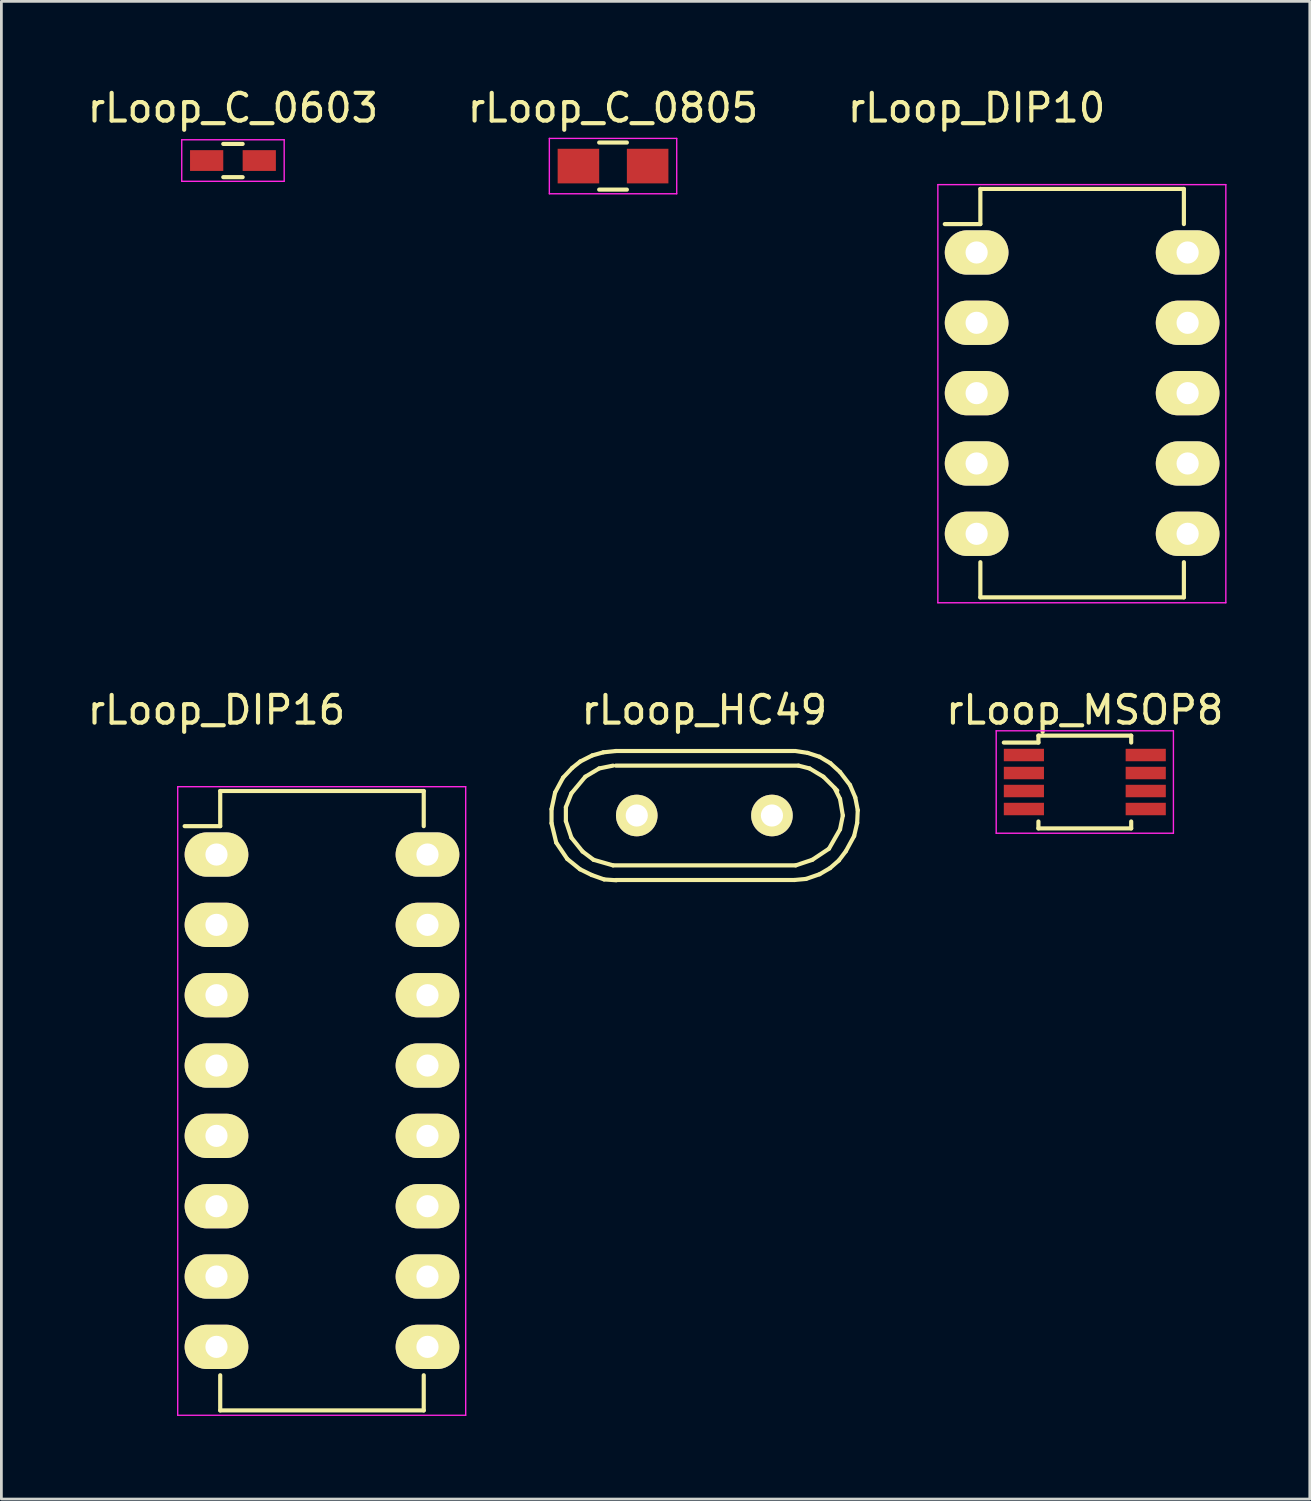
<source format=kicad_pcb>
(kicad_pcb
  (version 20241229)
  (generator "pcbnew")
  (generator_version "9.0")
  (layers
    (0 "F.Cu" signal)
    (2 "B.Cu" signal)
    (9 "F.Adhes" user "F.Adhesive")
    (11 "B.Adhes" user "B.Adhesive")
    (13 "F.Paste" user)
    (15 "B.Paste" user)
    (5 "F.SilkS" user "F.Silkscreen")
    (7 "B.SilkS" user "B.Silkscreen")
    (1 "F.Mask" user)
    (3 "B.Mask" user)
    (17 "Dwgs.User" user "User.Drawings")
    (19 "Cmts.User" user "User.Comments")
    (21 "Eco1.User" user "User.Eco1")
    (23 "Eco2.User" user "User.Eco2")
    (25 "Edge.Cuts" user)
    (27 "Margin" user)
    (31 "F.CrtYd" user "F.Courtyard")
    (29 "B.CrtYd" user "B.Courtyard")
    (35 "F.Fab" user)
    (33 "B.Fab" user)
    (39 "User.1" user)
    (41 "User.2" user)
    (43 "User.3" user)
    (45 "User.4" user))
  (footprint "rLoop_C_0603"
    (layer "F.Cu")
    (at 5.363 2.748)
    (property "Reference" "rLoop_C_0603" (at 0 -1.9 0) (layer "F.SilkS") (effects (font (size 1 1) (thickness 0.15))))
    (attr smd)
    (fp_line (start -0.35 -0.6) (end 0.35 -0.6) (stroke (width 0.15) (type solid)) (layer "F.SilkS"))
    (fp_line (start 0.35 0.6) (end -0.35 0.6) (stroke (width 0.15) (type solid)) (layer "F.SilkS"))
    (fp_line (start -1.85 -0.75) (end -1.85 0.75) (stroke (width 0.05) (type solid)) (layer "F.CrtYd"))
    (fp_line (start -1.85 -0.75) (end 1.85 -0.75) (stroke (width 0.05) (type solid)) (layer "F.CrtYd"))
    (fp_line (start -1.85 0.75) (end 1.85 0.75) (stroke (width 0.05) (type solid)) (layer "F.CrtYd"))
    (fp_line (start 1.85 -0.75) (end 1.85 0.75) (stroke (width 0.05) (type solid)) (layer "F.CrtYd"))
    (pad "1" smd rect (at -0.95 0) (size 1.2 0.75) (layers "F.Cu" "F.Mask" "F.Paste"))
    (pad "2" smd rect (at 0.95 0) (size 1.2 0.75) (layers "F.Cu" "F.Mask" "F.Paste")))
  (footprint "rLoop_DIP16"
    (layer "F.Cu")
    (at 4.768 27.811)
    (property "Reference" "rLoop_DIP16" (at 0 -5.22 0) (layer "F.SilkS") (effects (font (size 1 1) (thickness 0.15))))
    (attr through_hole)
    (fp_line (start 0.135 -2.295) (end 0.135 -1.025) (stroke (width 0.15) (type solid)) (layer "F.SilkS"))
    (fp_line (start 0.135 -2.295) (end 7.485 -2.295) (stroke (width 0.15) (type solid)) (layer "F.SilkS"))
    (fp_line (start 0.135 -1.025) (end -1.15 -1.025) (stroke (width 0.15) (type solid)) (layer "F.SilkS"))
    (fp_line (start 0.135 20.075) (end 0.135 18.805) (stroke (width 0.15) (type solid)) (layer "F.SilkS"))
    (fp_line (start 0.135 20.075) (end 7.485 20.075) (stroke (width 0.15) (type solid)) (layer "F.SilkS"))
    (fp_line (start 7.485 -2.295) (end 7.485 -1.025) (stroke (width 0.15) (type solid)) (layer "F.SilkS"))
    (fp_line (start 7.485 20.075) (end 7.485 18.805) (stroke (width 0.15) (type solid)) (layer "F.SilkS"))
    (fp_line (start -1.4 -2.45) (end -1.4 20.25) (stroke (width 0.05) (type solid)) (layer "F.CrtYd"))
    (fp_line (start -1.4 -2.45) (end 9 -2.45) (stroke (width 0.05) (type solid)) (layer "F.CrtYd"))
    (fp_line (start -1.4 20.25) (end 9 20.25) (stroke (width 0.05) (type solid)) (layer "F.CrtYd"))
    (fp_line (start 9 -2.45) (end 9 20.25) (stroke (width 0.05) (type solid)) (layer "F.CrtYd"))
    (pad "1" thru_hole oval (at 0 0) (size 2.3 1.6) (drill 0.8) (layers "*.Cu" "*.Mask" "F.SilkS"))
    (pad "2" thru_hole oval (at 0 2.54) (size 2.3 1.6) (drill 0.8) (layers "*.Cu" "*.Mask" "F.SilkS"))
    (pad "3" thru_hole oval (at 0 5.08) (size 2.3 1.6) (drill 0.8) (layers "*.Cu" "*.Mask" "F.SilkS"))
    (pad "4" thru_hole oval (at 0 7.62) (size 2.3 1.6) (drill 0.8) (layers "*.Cu" "*.Mask" "F.SilkS"))
    (pad "5" thru_hole oval (at 0 10.16) (size 2.3 1.6) (drill 0.8) (layers "*.Cu" "*.Mask" "F.SilkS"))
    (pad "6" thru_hole oval (at 0 12.7) (size 2.3 1.6) (drill 0.8) (layers "*.Cu" "*.Mask" "F.SilkS"))
    (pad "7" thru_hole oval (at 0 15.24) (size 2.3 1.6) (drill 0.8) (layers "*.Cu" "*.Mask" "F.SilkS"))
    (pad "8" thru_hole oval (at 0 17.78) (size 2.3 1.6) (drill 0.8) (layers "*.Cu" "*.Mask" "F.SilkS"))
    (pad "9" thru_hole oval (at 7.62 17.78) (size 2.3 1.6) (drill 0.8) (layers "*.Cu" "*.Mask" "F.SilkS"))
    (pad "10" thru_hole oval (at 7.62 15.24) (size 2.3 1.6) (drill 0.8) (layers "*.Cu" "*.Mask" "F.SilkS"))
    (pad "11" thru_hole oval (at 7.62 12.7) (size 2.3 1.6) (drill 0.8) (layers "*.Cu" "*.Mask" "F.SilkS"))
    (pad "12" thru_hole oval (at 7.62 10.16) (size 2.3 1.6) (drill 0.8) (layers "*.Cu" "*.Mask" "F.SilkS"))
    (pad "13" thru_hole oval (at 7.62 7.62) (size 2.3 1.6) (drill 0.8) (layers "*.Cu" "*.Mask" "F.SilkS"))
    (pad "14" thru_hole oval (at 7.62 5.08) (size 2.3 1.6) (drill 0.8) (layers "*.Cu" "*.Mask" "F.SilkS"))
    (pad "15" thru_hole oval (at 7.62 2.54) (size 2.3 1.6) (drill 0.8) (layers "*.Cu" "*.Mask" "F.SilkS"))
    (pad "16" thru_hole oval (at 7.62 0) (size 2.3 1.6) (drill 0.8) (layers "*.Cu" "*.Mask" "F.SilkS")))
  (footprint "rLoop_DIP10"
    (layer "F.Cu")
    (at 32.22 6.068)
    (property "Reference" "rLoop_DIP10" (at 0 -5.22 0) (layer "F.SilkS") (effects (font (size 1 1) (thickness 0.15))))
    (attr through_hole)
    (fp_line (start 0.135 -2.295) (end 0.135 -1.025) (stroke (width 0.15) (type solid)) (layer "F.SilkS"))
    (fp_line (start 0.135 -2.295) (end 7.485 -2.295) (stroke (width 0.15) (type solid)) (layer "F.SilkS"))
    (fp_line (start 0.135 -1.025) (end -1.15 -1.025) (stroke (width 0.15) (type solid)) (layer "F.SilkS"))
    (fp_line (start 0.135 12.455) (end 0.135 11.185) (stroke (width 0.15) (type solid)) (layer "F.SilkS"))
    (fp_line (start 0.135 12.455) (end 7.485 12.455) (stroke (width 0.15) (type solid)) (layer "F.SilkS"))
    (fp_line (start 7.485 -2.295) (end 7.485 -1.025) (stroke (width 0.15) (type solid)) (layer "F.SilkS"))
    (fp_line (start 7.485 12.455) (end 7.485 11.185) (stroke (width 0.15) (type solid)) (layer "F.SilkS"))
    (fp_line (start -1.4 -2.45) (end -1.4 12.65) (stroke (width 0.05) (type solid)) (layer "F.CrtYd"))
    (fp_line (start -1.4 -2.45) (end 9 -2.45) (stroke (width 0.05) (type solid)) (layer "F.CrtYd"))
    (fp_line (start -1.4 12.65) (end 9 12.65) (stroke (width 0.05) (type solid)) (layer "F.CrtYd"))
    (fp_line (start 9 -2.45) (end 9 12.65) (stroke (width 0.05) (type solid)) (layer "F.CrtYd"))
    (pad "1" thru_hole oval (at 0 0) (size 2.3 1.6) (drill 0.8) (layers "*.Cu" "*.Mask" "F.SilkS"))
    (pad "2" thru_hole oval (at 0 2.54) (size 2.3 1.6) (drill 0.8) (layers "*.Cu" "*.Mask" "F.SilkS"))
    (pad "3" thru_hole oval (at 0 5.08) (size 2.3 1.6) (drill 0.8) (layers "*.Cu" "*.Mask" "F.SilkS"))
    (pad "4" thru_hole oval (at 0 7.62) (size 2.3 1.6) (drill 0.8) (layers "*.Cu" "*.Mask" "F.SilkS"))
    (pad "5" thru_hole oval (at 0 10.16) (size 2.3 1.6) (drill 0.8) (layers "*.Cu" "*.Mask" "F.SilkS"))
    (pad "6" thru_hole oval (at 7.62 10.16) (size 2.3 1.6) (drill 0.8) (layers "*.Cu" "*.Mask" "F.SilkS"))
    (pad "7" thru_hole oval (at 7.62 7.62) (size 2.3 1.6) (drill 0.8) (layers "*.Cu" "*.Mask" "F.SilkS"))
    (pad "8" thru_hole oval (at 7.62 5.08) (size 2.3 1.6) (drill 0.8) (layers "*.Cu" "*.Mask" "F.SilkS"))
    (pad "9" thru_hole oval (at 7.62 2.54) (size 2.3 1.6) (drill 0.8) (layers "*.Cu" "*.Mask" "F.SilkS"))
    (pad "10" thru_hole oval (at 7.62 0) (size 2.3 1.6) (drill 0.8) (layers "*.Cu" "*.Mask" "F.SilkS")))
  (footprint "rLoop_HC49"
    (layer "F.Cu")
    (at 22.387 26.401)
    (property "Reference" "rLoop_HC49" (at 0 -3.81 0) (layer "F.SilkS") (effects (font (size 1 1) (thickness 0.15))))
    (attr through_hole)
    (fp_line (start -5.519 -0.231) (end -5.519 0.279) (stroke (width 0.15) (type solid)) (layer "F.SilkS"))
    (fp_line (start -5.519 0.279) (end -5.349 0.98) (stroke (width 0.15) (type solid)) (layer "F.SilkS"))
    (fp_line (start -5.39 -0.831) (end -5.519 -0.231) (stroke (width 0.15) (type solid)) (layer "F.SilkS"))
    (fp_line (start -5.349 0.98) (end -4.95 1.57) (stroke (width 0.15) (type solid)) (layer "F.SilkS"))
    (fp_line (start -5.1 -1.369) (end -5.39 -0.831) (stroke (width 0.15) (type solid)) (layer "F.SilkS"))
    (fp_line (start -5.001 -0.3) (end -4.801 -0.8) (stroke (width 0.15) (type solid)) (layer "F.SilkS"))
    (fp_line (start -5.001 0.201) (end -5.001 -0.3) (stroke (width 0.15) (type solid)) (layer "F.SilkS"))
    (fp_line (start -4.95 1.57) (end -4.491 1.941) (stroke (width 0.15) (type solid)) (layer "F.SilkS"))
    (fp_line (start -4.801 -0.8) (end -4.3 -1.4) (stroke (width 0.15) (type solid)) (layer "F.SilkS"))
    (fp_line (start -4.801 0.8) (end -5.001 0.201) (stroke (width 0.15) (type solid)) (layer "F.SilkS"))
    (fp_line (start -4.77 -1.72) (end -5.1 -1.369) (stroke (width 0.15) (type solid)) (layer "F.SilkS"))
    (fp_line (start -4.491 1.941) (end -4.069 2.149) (stroke (width 0.15) (type solid)) (layer "F.SilkS"))
    (fp_line (start -4.481 -1.951) (end -4.77 -1.72) (stroke (width 0.15) (type solid)) (layer "F.SilkS"))
    (fp_line (start -4.399 1.3) (end -4.801 0.8) (stroke (width 0.15) (type solid)) (layer "F.SilkS"))
    (fp_line (start -4.3 -1.4) (end -3.8 -1.699) (stroke (width 0.15) (type solid)) (layer "F.SilkS"))
    (fp_line (start -4.069 2.149) (end -3.619 2.309) (stroke (width 0.15) (type solid)) (layer "F.SilkS"))
    (fp_line (start -4.049 -2.169) (end -4.481 -1.951) (stroke (width 0.15) (type solid)) (layer "F.SilkS"))
    (fp_line (start -4 1.6) (end -4.399 1.3) (stroke (width 0.15) (type solid)) (layer "F.SilkS"))
    (fp_line (start -3.8 -1.699) (end -3.299 -1.801) (stroke (width 0.15) (type solid)) (layer "F.SilkS"))
    (fp_line (start -3.65 -2.281) (end -4.049 -2.169) (stroke (width 0.15) (type solid)) (layer "F.SilkS"))
    (fp_line (start -3.619 2.309) (end -3.18 2.339) (stroke (width 0.15) (type solid)) (layer "F.SilkS"))
    (fp_line (start -3.299 1.801) (end -4 1.6) (stroke (width 0.15) (type solid)) (layer "F.SilkS"))
    (fp_line (start -3.2 -2.329) (end 3.251 -2.329) (stroke (width 0.15) (type solid)) (layer "F.SilkS"))
    (fp_line (start -3.2 -1.801) (end 3.401 -1.801) (stroke (width 0.15) (type solid)) (layer "F.SilkS"))
    (fp_line (start -3.2 2.329) (end 3.251 2.329) (stroke (width 0.15) (type solid)) (layer "F.SilkS"))
    (fp_line (start -3.19 -2.329) (end -3.65 -2.281) (stroke (width 0.15) (type solid)) (layer "F.SilkS"))
    (fp_line (start 3.251 2.329) (end 3.67 2.291) (stroke (width 0.15) (type solid)) (layer "F.SilkS"))
    (fp_line (start 3.299 1.801) (end -3.299 1.801) (stroke (width 0.15) (type solid)) (layer "F.SilkS"))
    (fp_line (start 3.401 -1.801) (end 3.8 -1.699) (stroke (width 0.15) (type solid)) (layer "F.SilkS"))
    (fp_line (start 3.67 2.291) (end 4.161 2.121) (stroke (width 0.15) (type solid)) (layer "F.SilkS"))
    (fp_line (start 3.731 -2.261) (end 3.289 -2.329) (stroke (width 0.15) (type solid)) (layer "F.SilkS"))
    (fp_line (start 3.8 -1.699) (end 4.3 -1.4) (stroke (width 0.15) (type solid)) (layer "F.SilkS"))
    (fp_line (start 3.899 1.6) (end 3.299 1.801) (stroke (width 0.15) (type solid)) (layer "F.SilkS"))
    (fp_line (start 4.161 -2.121) (end 3.731 -2.261) (stroke (width 0.15) (type solid)) (layer "F.SilkS"))
    (fp_line (start 4.161 2.121) (end 4.539 1.9) (stroke (width 0.15) (type solid)) (layer "F.SilkS"))
    (fp_line (start 4.3 -1.4) (end 4.801 -0.899) (stroke (width 0.15) (type solid)) (layer "F.SilkS"))
    (fp_line (start 4.501 1.199) (end 3.899 1.6) (stroke (width 0.15) (type solid)) (layer "F.SilkS"))
    (fp_line (start 4.539 1.9) (end 4.859 1.621) (stroke (width 0.15) (type solid)) (layer "F.SilkS"))
    (fp_line (start 4.549 -1.89) (end 4.161 -2.121) (stroke (width 0.15) (type solid)) (layer "F.SilkS"))
    (fp_line (start 4.699 -1.001) (end 4.9 -0.599) (stroke (width 0.15) (type solid)) (layer "F.SilkS"))
    (fp_line (start 4.859 1.621) (end 5.11 1.29) (stroke (width 0.15) (type solid)) (layer "F.SilkS"))
    (fp_line (start 4.9 -1.57) (end 4.549 -1.89) (stroke (width 0.15) (type solid)) (layer "F.SilkS"))
    (fp_line (start 4.9 -0.599) (end 5.001 0) (stroke (width 0.15) (type solid)) (layer "F.SilkS"))
    (fp_line (start 4.9 0.5) (end 4.501 1.199) (stroke (width 0.15) (type solid)) (layer "F.SilkS"))
    (fp_line (start 5.001 0) (end 4.9 0.5) (stroke (width 0.15) (type solid)) (layer "F.SilkS"))
    (fp_line (start 5.11 1.29) (end 5.41 0.739) (stroke (width 0.15) (type solid)) (layer "F.SilkS"))
    (fp_line (start 5.26 -1.1) (end 4.9 -1.57) (stroke (width 0.15) (type solid)) (layer "F.SilkS"))
    (fp_line (start 5.41 0.739) (end 5.519 0.269) (stroke (width 0.15) (type solid)) (layer "F.SilkS"))
    (fp_line (start 5.451 -0.65) (end 5.26 -1.1) (stroke (width 0.15) (type solid)) (layer "F.SilkS"))
    (fp_line (start 5.519 0.269) (end 5.54 -0.191) (stroke (width 0.15) (type solid)) (layer "F.SilkS"))
    (fp_line (start 5.54 -0.191) (end 5.451 -0.65) (stroke (width 0.15) (type solid)) (layer "F.SilkS"))
    (pad "1" thru_hole circle (at -2.441 0) (size 1.501 1.501) (drill 0.8) (layers "*.Cu" "*.Mask" "F.SilkS"))
    (pad "2" thru_hole circle (at 2.441 0) (size 1.501 1.501) (drill 0.8) (layers "*.Cu" "*.Mask" "F.SilkS")))
  (footprint "rLoop_C_0805"
    (layer "F.Cu")
    (at 19.089 2.948)
    (property "Reference" "rLoop_C_0805" (at 0 -2.1 0) (layer "F.SilkS") (effects (font (size 1 1) (thickness 0.15))))
    (attr smd)
    (fp_line (start -0.5 0.85) (end 0.5 0.85) (stroke (width 0.15) (type solid)) (layer "F.SilkS"))
    (fp_line (start 0.5 -0.85) (end -0.5 -0.85) (stroke (width 0.15) (type solid)) (layer "F.SilkS"))
    (fp_line (start -2.3 -1) (end -2.3 1) (stroke (width 0.05) (type solid)) (layer "F.CrtYd"))
    (fp_line (start -2.3 -1) (end 2.3 -1) (stroke (width 0.05) (type solid)) (layer "F.CrtYd"))
    (fp_line (start -2.3 1) (end 2.3 1) (stroke (width 0.05) (type solid)) (layer "F.CrtYd"))
    (fp_line (start 2.3 -1) (end 2.3 1) (stroke (width 0.05) (type solid)) (layer "F.CrtYd"))
    (pad "1" smd rect (at -1.25 0) (size 1.5 1.25) (layers "F.Cu" "F.Mask" "F.Paste"))
    (pad "2" smd rect (at 1.25 0) (size 1.5 1.25) (layers "F.Cu" "F.Mask" "F.Paste")))
  (footprint "rLoop_MSOP8"
    (layer "F.Cu")
    (at 36.127 25.192)
    (property "Reference" "rLoop_MSOP8" (at 0 -2.6 0) (layer "F.SilkS") (effects (font (size 1 1) (thickness 0.15))))
    (attr smd)
    (fp_line (start -1.675 -1.675) (end -1.675 -1.425) (stroke (width 0.15) (type solid)) (layer "F.SilkS"))
    (fp_line (start -1.675 -1.675) (end 1.675 -1.675) (stroke (width 0.15) (type solid)) (layer "F.SilkS"))
    (fp_line (start -1.675 -1.425) (end -2.925 -1.425) (stroke (width 0.15) (type solid)) (layer "F.SilkS"))
    (fp_line (start -1.675 1.675) (end -1.675 1.425) (stroke (width 0.15) (type solid)) (layer "F.SilkS"))
    (fp_line (start -1.675 1.675) (end 1.675 1.675) (stroke (width 0.15) (type solid)) (layer "F.SilkS"))
    (fp_line (start 1.675 -1.675) (end 1.675 -1.425) (stroke (width 0.15) (type solid)) (layer "F.SilkS"))
    (fp_line (start 1.675 1.675) (end 1.675 1.425) (stroke (width 0.15) (type solid)) (layer "F.SilkS"))
    (fp_line (start -3.2 -1.85) (end -3.2 1.85) (stroke (width 0.05) (type solid)) (layer "F.CrtYd"))
    (fp_line (start -3.2 -1.85) (end 3.2 -1.85) (stroke (width 0.05) (type solid)) (layer "F.CrtYd"))
    (fp_line (start -3.2 1.85) (end 3.2 1.85) (stroke (width 0.05) (type solid)) (layer "F.CrtYd"))
    (fp_line (start 3.2 -1.85) (end 3.2 1.85) (stroke (width 0.05) (type solid)) (layer "F.CrtYd"))
    (pad "1" smd rect (at -2.2 -0.975) (size 1.45 0.45) (layers "F.Cu" "F.Mask" "F.Paste"))
    (pad "2" smd rect (at -2.2 -0.325) (size 1.45 0.45) (layers "F.Cu" "F.Mask" "F.Paste"))
    (pad "3" smd rect (at -2.2 0.325) (size 1.45 0.45) (layers "F.Cu" "F.Mask" "F.Paste"))
    (pad "4" smd rect (at -2.2 0.975) (size 1.45 0.45) (layers "F.Cu" "F.Mask" "F.Paste"))
    (pad "5" smd rect (at 2.2 0.975) (size 1.45 0.45) (layers "F.Cu" "F.Mask" "F.Paste"))
    (pad "6" smd rect (at 2.2 0.325) (size 1.45 0.45) (layers "F.Cu" "F.Mask" "F.Paste"))
    (pad "7" smd rect (at 2.2 -0.325) (size 1.45 0.45) (layers "F.Cu" "F.Mask" "F.Paste"))
    (pad "8" smd rect (at 2.2 -0.975) (size 1.45 0.45) (layers "F.Cu" "F.Mask" "F.Paste")))
  (gr_rect
    (start -3 -3)
    (end 44.252 51.087)
    (stroke (width 0.1) (type default))
    (fill no)
    (layer "Edge.Cuts")))
</source>
